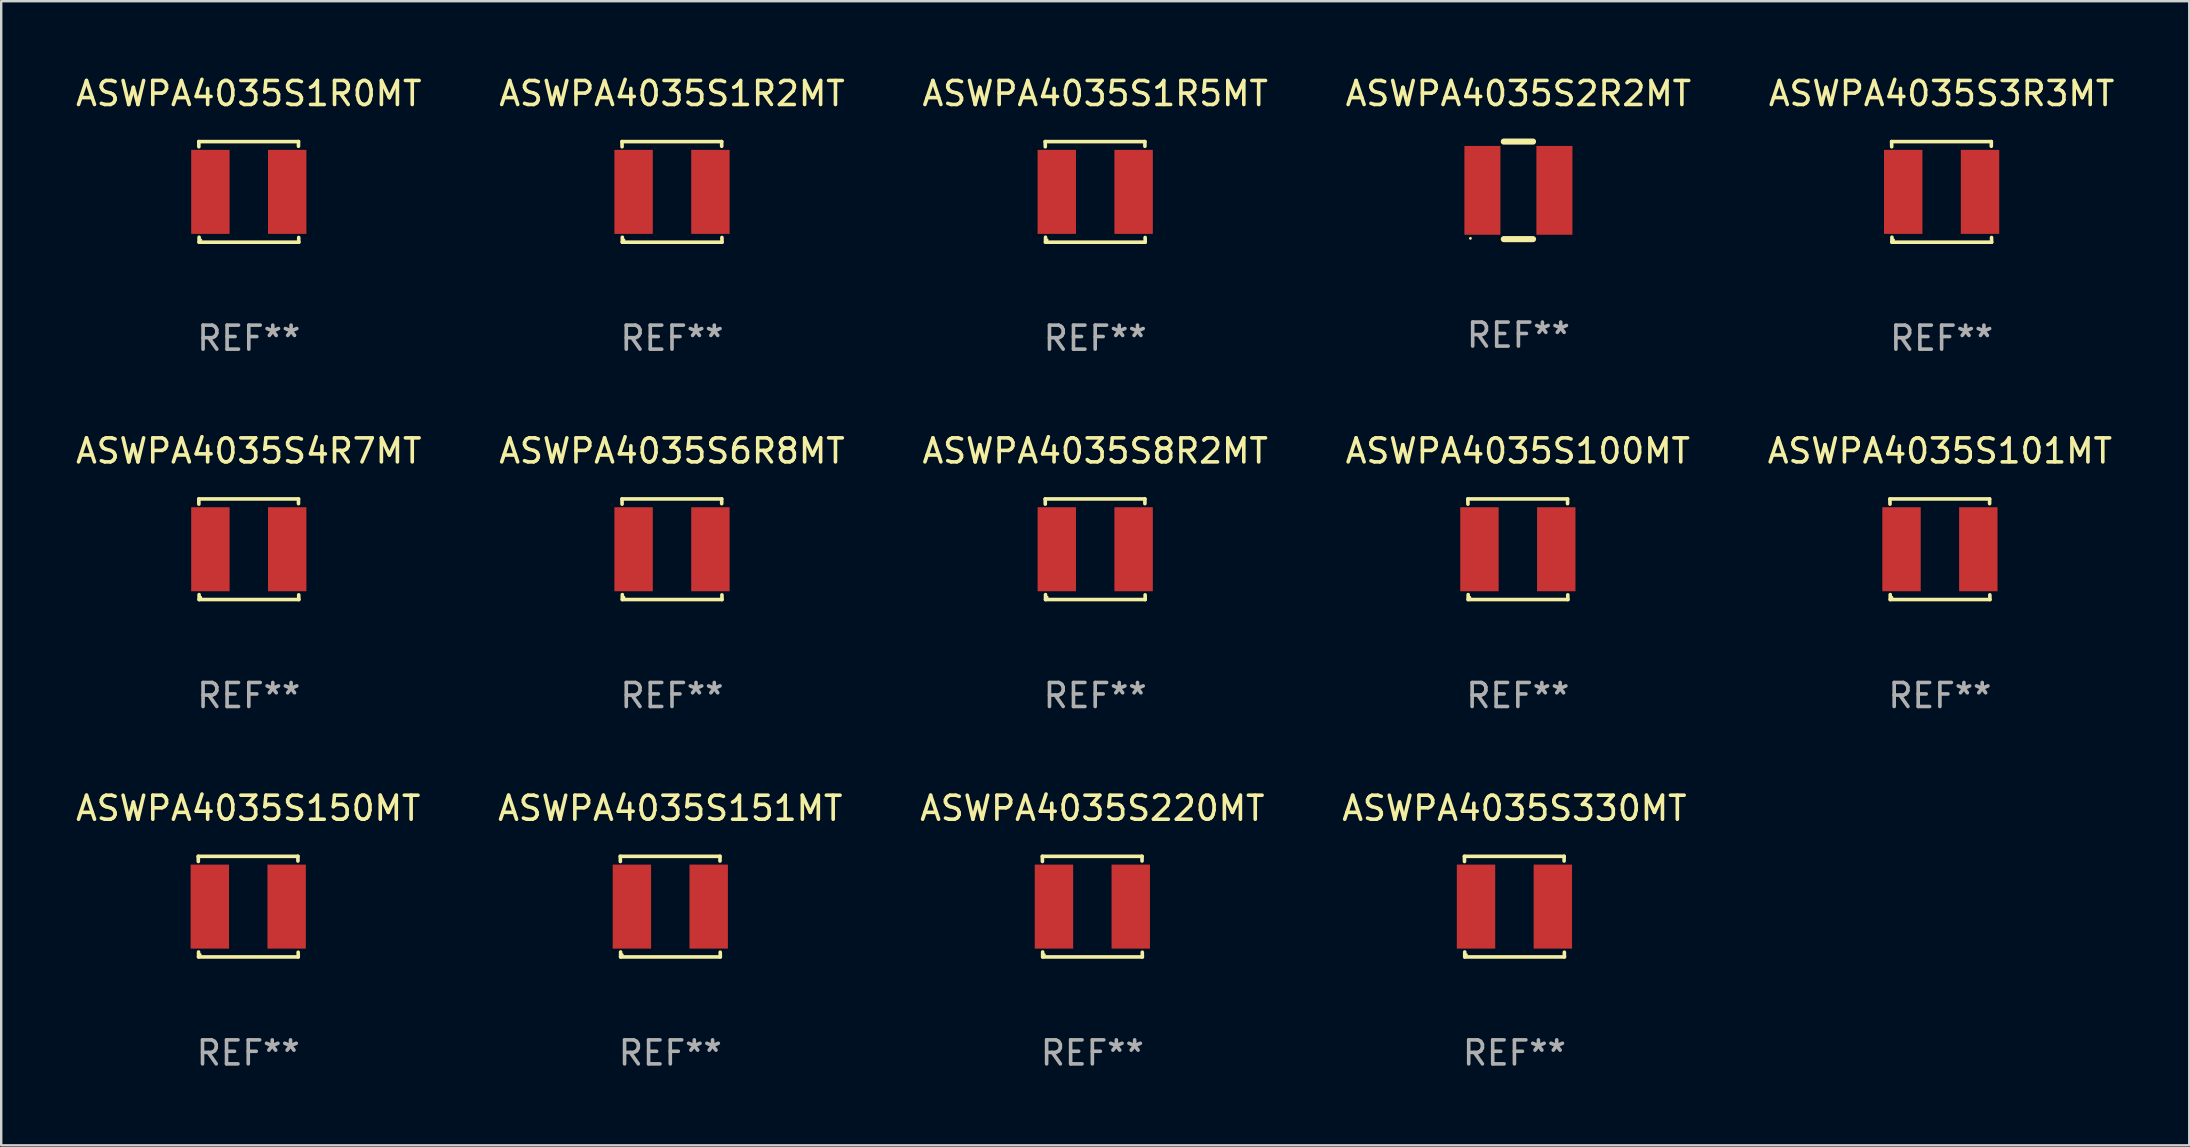
<source format=kicad_pcb>
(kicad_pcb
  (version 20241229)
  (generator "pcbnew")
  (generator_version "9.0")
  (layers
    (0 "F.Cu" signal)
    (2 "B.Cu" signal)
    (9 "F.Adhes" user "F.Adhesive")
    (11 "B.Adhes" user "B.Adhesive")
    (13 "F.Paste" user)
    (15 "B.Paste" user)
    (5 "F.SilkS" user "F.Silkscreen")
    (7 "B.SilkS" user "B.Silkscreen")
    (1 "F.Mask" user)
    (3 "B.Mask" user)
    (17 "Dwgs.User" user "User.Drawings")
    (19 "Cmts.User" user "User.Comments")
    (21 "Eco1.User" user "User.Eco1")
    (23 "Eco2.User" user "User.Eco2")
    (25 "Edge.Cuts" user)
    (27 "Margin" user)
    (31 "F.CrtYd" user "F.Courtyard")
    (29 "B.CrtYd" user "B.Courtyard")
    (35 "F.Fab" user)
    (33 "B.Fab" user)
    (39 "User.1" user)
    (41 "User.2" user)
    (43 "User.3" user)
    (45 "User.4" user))
  (footprint "ASWPA4035S150MT"
    (layer "F.Cu")
    (at 7.292 34.72)
    (property "Reference" "ASWPA4035S150MT" (at 0 -4.096 0) (layer "F.SilkS") (effects (font (size 1 1) (thickness 0.15))))
    (attr through_hole)
    (fp_line (start -2.083 -2.096) (end -2.08 -1.88) (stroke (width 0.15) (type solid)) (layer "F.SilkS"))
    (fp_line (start -2.07 1.89) (end -2.07 2.096) (stroke (width 0.15) (type solid)) (layer "F.SilkS"))
    (fp_line (start -2.07 2.096) (end 2.083 2.096) (stroke (width 0.15) (type solid)) (layer "F.SilkS"))
    (fp_line (start 2.07 -1.9) (end 2.07 -2.096) (stroke (width 0.15) (type solid)) (layer "F.SilkS"))
    (fp_line (start 2.07 -2.096) (end -2.083 -2.096) (stroke (width 0.15) (type solid)) (layer "F.SilkS"))
    (fp_line (start 2.083 2.096) (end 2.08 1.9) (stroke (width 0.15) (type solid)) (layer "F.SilkS"))
    (fp_circle (center -2 2) (end -1.97 2) (stroke (width 0.06) (type solid)) (fill no) (layer "F.SilkS"))
    (fp_text user "REF**" (at 0 6.096 0) (layer "F.Fab") (effects (font (size 1 1) (thickness 0.15))))
    (pad "1" smd rect (at -1.6 -0.000343) (size 1.6 3.5) (layers "F.Cu" "F.Mask" "F.Paste"))
    (pad "2" smd rect (at 1.6 -0.000343) (size 1.6 3.5) (layers "F.Cu" "F.Mask" "F.Paste")))
  (footprint "ASWPA4035S1R5MT"
    (layer "F.Cu")
    (at 42.577 4.944)
    (property "Reference" "ASWPA4035S1R5MT" (at 0 -4.096 0) (layer "F.SilkS") (effects (font (size 1 1) (thickness 0.15))))
    (attr through_hole)
    (fp_line (start -2.083 -2.096) (end -2.08 -1.88) (stroke (width 0.15) (type solid)) (layer "F.SilkS"))
    (fp_line (start -2.07 1.89) (end -2.07 2.096) (stroke (width 0.15) (type solid)) (layer "F.SilkS"))
    (fp_line (start -2.07 2.096) (end 2.083 2.096) (stroke (width 0.15) (type solid)) (layer "F.SilkS"))
    (fp_line (start 2.07 -1.9) (end 2.07 -2.096) (stroke (width 0.15) (type solid)) (layer "F.SilkS"))
    (fp_line (start 2.07 -2.096) (end -2.083 -2.096) (stroke (width 0.15) (type solid)) (layer "F.SilkS"))
    (fp_line (start 2.083 2.096) (end 2.08 1.9) (stroke (width 0.15) (type solid)) (layer "F.SilkS"))
    (fp_circle (center -2 2) (end -1.97 2) (stroke (width 0.06) (type solid)) (fill no) (layer "F.SilkS"))
    (fp_text user "REF**" (at 0 6.096 0) (layer "F.Fab") (effects (font (size 1 1) (thickness 0.15))))
    (pad "1" smd rect (at -1.6 -0.000343) (size 1.6 3.5) (layers "F.Cu" "F.Mask" "F.Paste"))
    (pad "2" smd rect (at 1.6 -0.000343) (size 1.6 3.5) (layers "F.Cu" "F.Mask" "F.Paste")))
  (footprint "ASWPA4035S3R3MT"
    (layer "F.Cu")
    (at 77.839 4.944)
    (property "Reference" "ASWPA4035S3R3MT" (at 0 -4.096 0) (layer "F.SilkS") (effects (font (size 1 1) (thickness 0.15))))
    (attr through_hole)
    (fp_line (start -2.083 -2.096) (end -2.08 -1.88) (stroke (width 0.15) (type solid)) (layer "F.SilkS"))
    (fp_line (start -2.07 1.89) (end -2.07 2.096) (stroke (width 0.15) (type solid)) (layer "F.SilkS"))
    (fp_line (start -2.07 2.096) (end 2.083 2.096) (stroke (width 0.15) (type solid)) (layer "F.SilkS"))
    (fp_line (start 2.07 -1.9) (end 2.07 -2.096) (stroke (width 0.15) (type solid)) (layer "F.SilkS"))
    (fp_line (start 2.07 -2.096) (end -2.083 -2.096) (stroke (width 0.15) (type solid)) (layer "F.SilkS"))
    (fp_line (start 2.083 2.096) (end 2.08 1.9) (stroke (width 0.15) (type solid)) (layer "F.SilkS"))
    (fp_circle (center -2 2) (end -1.97 2) (stroke (width 0.06) (type solid)) (fill no) (layer "F.SilkS"))
    (fp_text user "REF**" (at 0 6.096 0) (layer "F.Fab") (effects (font (size 1 1) (thickness 0.15))))
    (pad "1" smd rect (at -1.6 -0.000343) (size 1.6 3.5) (layers "F.Cu" "F.Mask" "F.Paste"))
    (pad "2" smd rect (at 1.6 -0.000343) (size 1.6 3.5) (layers "F.Cu" "F.Mask" "F.Paste")))
  (footprint "ASWPA4035S6R8MT"
    (layer "F.Cu")
    (at 24.946 19.832)
    (property "Reference" "ASWPA4035S6R8MT" (at 0 -4.096 0) (layer "F.SilkS") (effects (font (size 1 1) (thickness 0.15))))
    (attr through_hole)
    (fp_line (start -2.083 -2.096) (end -2.08 -1.88) (stroke (width 0.15) (type solid)) (layer "F.SilkS"))
    (fp_line (start -2.07 1.89) (end -2.07 2.096) (stroke (width 0.15) (type solid)) (layer "F.SilkS"))
    (fp_line (start -2.07 2.096) (end 2.083 2.096) (stroke (width 0.15) (type solid)) (layer "F.SilkS"))
    (fp_line (start 2.07 -1.9) (end 2.07 -2.096) (stroke (width 0.15) (type solid)) (layer "F.SilkS"))
    (fp_line (start 2.07 -2.096) (end -2.083 -2.096) (stroke (width 0.15) (type solid)) (layer "F.SilkS"))
    (fp_line (start 2.083 2.096) (end 2.08 1.9) (stroke (width 0.15) (type solid)) (layer "F.SilkS"))
    (fp_circle (center -2 2) (end -1.97 2) (stroke (width 0.06) (type solid)) (fill no) (layer "F.SilkS"))
    (fp_text user "REF**" (at 0 6.096 0) (layer "F.Fab") (effects (font (size 1 1) (thickness 0.15))))
    (pad "1" smd rect (at -1.6 -0.000343) (size 1.6 3.5) (layers "F.Cu" "F.Mask" "F.Paste"))
    (pad "2" smd rect (at 1.6 -0.000343) (size 1.6 3.5) (layers "F.Cu" "F.Mask" "F.Paste")))
  (footprint "ASWPA4035S1R0MT"
    (layer "F.Cu")
    (at 7.315 4.944)
    (property "Reference" "ASWPA4035S1R0MT" (at 0 -4.096 0) (layer "F.SilkS") (effects (font (size 1 1) (thickness 0.15))))
    (attr through_hole)
    (fp_line (start -2.083 -2.096) (end -2.08 -1.88) (stroke (width 0.15) (type solid)) (layer "F.SilkS"))
    (fp_line (start -2.07 1.89) (end -2.07 2.096) (stroke (width 0.15) (type solid)) (layer "F.SilkS"))
    (fp_line (start -2.07 2.096) (end 2.083 2.096) (stroke (width 0.15) (type solid)) (layer "F.SilkS"))
    (fp_line (start 2.07 -1.9) (end 2.07 -2.096) (stroke (width 0.15) (type solid)) (layer "F.SilkS"))
    (fp_line (start 2.07 -2.096) (end -2.083 -2.096) (stroke (width 0.15) (type solid)) (layer "F.SilkS"))
    (fp_line (start 2.083 2.096) (end 2.08 1.9) (stroke (width 0.15) (type solid)) (layer "F.SilkS"))
    (fp_circle (center -2 2) (end -1.97 2) (stroke (width 0.06) (type solid)) (fill no) (layer "F.SilkS"))
    (fp_text user "REF**" (at 0 6.096 0) (layer "F.Fab") (effects (font (size 1 1) (thickness 0.15))))
    (pad "1" smd rect (at -1.6 -0.000343) (size 1.6 3.5) (layers "F.Cu" "F.Mask" "F.Paste"))
    (pad "2" smd rect (at 1.6 -0.000343) (size 1.6 3.5) (layers "F.Cu" "F.Mask" "F.Paste")))
  (footprint "ASWPA4035S4R7MT"
    (layer "F.Cu")
    (at 7.315 19.832)
    (property "Reference" "ASWPA4035S4R7MT" (at 0 -4.096 0) (layer "F.SilkS") (effects (font (size 1 1) (thickness 0.15))))
    (attr through_hole)
    (fp_line (start -2.083 -2.096) (end -2.08 -1.88) (stroke (width 0.15) (type solid)) (layer "F.SilkS"))
    (fp_line (start -2.07 1.89) (end -2.07 2.096) (stroke (width 0.15) (type solid)) (layer "F.SilkS"))
    (fp_line (start -2.07 2.096) (end 2.083 2.096) (stroke (width 0.15) (type solid)) (layer "F.SilkS"))
    (fp_line (start 2.07 -1.9) (end 2.07 -2.096) (stroke (width 0.15) (type solid)) (layer "F.SilkS"))
    (fp_line (start 2.07 -2.096) (end -2.083 -2.096) (stroke (width 0.15) (type solid)) (layer "F.SilkS"))
    (fp_line (start 2.083 2.096) (end 2.08 1.9) (stroke (width 0.15) (type solid)) (layer "F.SilkS"))
    (fp_circle (center -2 2) (end -1.97 2) (stroke (width 0.06) (type solid)) (fill no) (layer "F.SilkS"))
    (fp_text user "REF**" (at 0 6.096 0) (layer "F.Fab") (effects (font (size 1 1) (thickness 0.15))))
    (pad "1" smd rect (at -1.6 -0.000343) (size 1.6 3.5) (layers "F.Cu" "F.Mask" "F.Paste"))
    (pad "2" smd rect (at 1.6 -0.000343) (size 1.6 3.5) (layers "F.Cu" "F.Mask" "F.Paste")))
  (footprint "ASWPA4035S330MT"
    (layer "F.Cu")
    (at 60.042 34.72)
    (property "Reference" "ASWPA4035S330MT" (at 0 -4.096 0) (layer "F.SilkS") (effects (font (size 1 1) (thickness 0.15))))
    (attr through_hole)
    (fp_line (start -2.083 -2.096) (end -2.08 -1.88) (stroke (width 0.15) (type solid)) (layer "F.SilkS"))
    (fp_line (start -2.07 1.89) (end -2.07 2.096) (stroke (width 0.15) (type solid)) (layer "F.SilkS"))
    (fp_line (start -2.07 2.096) (end 2.083 2.096) (stroke (width 0.15) (type solid)) (layer "F.SilkS"))
    (fp_line (start 2.07 -1.9) (end 2.07 -2.096) (stroke (width 0.15) (type solid)) (layer "F.SilkS"))
    (fp_line (start 2.07 -2.096) (end -2.083 -2.096) (stroke (width 0.15) (type solid)) (layer "F.SilkS"))
    (fp_line (start 2.083 2.096) (end 2.08 1.9) (stroke (width 0.15) (type solid)) (layer "F.SilkS"))
    (fp_circle (center -2 2) (end -1.97 2) (stroke (width 0.06) (type solid)) (fill no) (layer "F.SilkS"))
    (fp_text user "REF**" (at 0 6.096 0) (layer "F.Fab") (effects (font (size 1 1) (thickness 0.15))))
    (pad "1" smd rect (at -1.6 -0.000343) (size 1.6 3.5) (layers "F.Cu" "F.Mask" "F.Paste"))
    (pad "2" smd rect (at 1.6 -0.000343) (size 1.6 3.5) (layers "F.Cu" "F.Mask" "F.Paste")))
  (footprint "ASWPA4035S101MT"
    (layer "F.Cu")
    (at 77.768 19.832)
    (property "Reference" "ASWPA4035S101MT" (at 0 -4.096 0) (layer "F.SilkS") (effects (font (size 1 1) (thickness 0.15))))
    (attr through_hole)
    (fp_line (start -2.083 -2.096) (end -2.08 -1.88) (stroke (width 0.15) (type solid)) (layer "F.SilkS"))
    (fp_line (start -2.07 1.89) (end -2.07 2.096) (stroke (width 0.15) (type solid)) (layer "F.SilkS"))
    (fp_line (start -2.07 2.096) (end 2.083 2.096) (stroke (width 0.15) (type solid)) (layer "F.SilkS"))
    (fp_line (start 2.07 -1.9) (end 2.07 -2.096) (stroke (width 0.15) (type solid)) (layer "F.SilkS"))
    (fp_line (start 2.07 -2.096) (end -2.083 -2.096) (stroke (width 0.15) (type solid)) (layer "F.SilkS"))
    (fp_line (start 2.083 2.096) (end 2.08 1.9) (stroke (width 0.15) (type solid)) (layer "F.SilkS"))
    (fp_circle (center -2 2) (end -1.97 2) (stroke (width 0.06) (type solid)) (fill no) (layer "F.SilkS"))
    (fp_text user "REF**" (at 0 6.096 0) (layer "F.Fab") (effects (font (size 1 1) (thickness 0.15))))
    (pad "1" smd rect (at -1.6 -0.000343) (size 1.6 3.5) (layers "F.Cu" "F.Mask" "F.Paste"))
    (pad "2" smd rect (at 1.6 -0.000343) (size 1.6 3.5) (layers "F.Cu" "F.Mask" "F.Paste")))
  (footprint "ASWPA4035S100MT"
    (layer "F.Cu")
    (at 60.185 19.832)
    (property "Reference" "ASWPA4035S100MT" (at 0 -4.096 0) (layer "F.SilkS") (effects (font (size 1 1) (thickness 0.15))))
    (attr through_hole)
    (fp_line (start -2.083 -2.096) (end -2.08 -1.88) (stroke (width 0.15) (type solid)) (layer "F.SilkS"))
    (fp_line (start -2.07 1.89) (end -2.07 2.096) (stroke (width 0.15) (type solid)) (layer "F.SilkS"))
    (fp_line (start -2.07 2.096) (end 2.083 2.096) (stroke (width 0.15) (type solid)) (layer "F.SilkS"))
    (fp_line (start 2.07 -1.9) (end 2.07 -2.096) (stroke (width 0.15) (type solid)) (layer "F.SilkS"))
    (fp_line (start 2.07 -2.096) (end -2.083 -2.096) (stroke (width 0.15) (type solid)) (layer "F.SilkS"))
    (fp_line (start 2.083 2.096) (end 2.08 1.9) (stroke (width 0.15) (type solid)) (layer "F.SilkS"))
    (fp_circle (center -2 2) (end -1.97 2) (stroke (width 0.06) (type solid)) (fill no) (layer "F.SilkS"))
    (fp_text user "REF**" (at 0 6.096 0) (layer "F.Fab") (effects (font (size 1 1) (thickness 0.15))))
    (pad "1" smd rect (at -1.6 -0.000343) (size 1.6 3.5) (layers "F.Cu" "F.Mask" "F.Paste"))
    (pad "2" smd rect (at 1.6 -0.000343) (size 1.6 3.5) (layers "F.Cu" "F.Mask" "F.Paste")))
  (footprint "ASWPA4035S2R2MT"
    (layer "F.Cu")
    (at 60.208 4.88)
    (property "Reference" "ASWPA4035S2R2MT" (at 0 -4.032 0) (layer "F.SilkS") (effects (font (size 1 1) (thickness 0.15))))
    (attr through_hole)
    (fp_line (start -0.609 -2.032) (end 0.609 -2.032) (stroke (width 0.254) (type solid)) (layer "F.SilkS"))
    (fp_line (start -0.609 2.032) (end 0.609 2.032) (stroke (width 0.254) (type solid)) (layer "F.SilkS"))
    (fp_circle (center -2 2) (end -1.97 2) (stroke (width 0.06) (type solid)) (fill no) (layer "F.SilkS"))
    (fp_text user "REF**" (at 0 6.032 0) (layer "F.Fab") (effects (font (size 1 1) (thickness 0.15))))
    (pad "1" smd rect (at -1.5 0 90) (size 3.7 1.5) (layers "F.Cu" "F.Mask" "F.Paste"))
    (pad "2" smd rect (at 1.5 0 90) (size 3.7 1.5) (layers "F.Cu" "F.Mask" "F.Paste")))
  (footprint "ASWPA4035S151MT"
    (layer "F.Cu")
    (at 24.875 34.72)
    (property "Reference" "ASWPA4035S151MT" (at 0 -4.096 0) (layer "F.SilkS") (effects (font (size 1 1) (thickness 0.15))))
    (attr through_hole)
    (fp_line (start -2.083 -2.096) (end -2.08 -1.88) (stroke (width 0.15) (type solid)) (layer "F.SilkS"))
    (fp_line (start -2.07 1.89) (end -2.07 2.096) (stroke (width 0.15) (type solid)) (layer "F.SilkS"))
    (fp_line (start -2.07 2.096) (end 2.083 2.096) (stroke (width 0.15) (type solid)) (layer "F.SilkS"))
    (fp_line (start 2.07 -1.9) (end 2.07 -2.096) (stroke (width 0.15) (type solid)) (layer "F.SilkS"))
    (fp_line (start 2.07 -2.096) (end -2.083 -2.096) (stroke (width 0.15) (type solid)) (layer "F.SilkS"))
    (fp_line (start 2.083 2.096) (end 2.08 1.9) (stroke (width 0.15) (type solid)) (layer "F.SilkS"))
    (fp_circle (center -2 2) (end -1.97 2) (stroke (width 0.06) (type solid)) (fill no) (layer "F.SilkS"))
    (fp_text user "REF**" (at 0 6.096 0) (layer "F.Fab") (effects (font (size 1 1) (thickness 0.15))))
    (pad "1" smd rect (at -1.6 -0.000343) (size 1.6 3.5) (layers "F.Cu" "F.Mask" "F.Paste"))
    (pad "2" smd rect (at 1.6 -0.000343) (size 1.6 3.5) (layers "F.Cu" "F.Mask" "F.Paste")))
  (footprint "ASWPA4035S8R2MT"
    (layer "F.Cu")
    (at 42.577 19.832)
    (property "Reference" "ASWPA4035S8R2MT" (at 0 -4.096 0) (layer "F.SilkS") (effects (font (size 1 1) (thickness 0.15))))
    (attr through_hole)
    (fp_line (start -2.083 -2.096) (end -2.08 -1.88) (stroke (width 0.15) (type solid)) (layer "F.SilkS"))
    (fp_line (start -2.07 1.89) (end -2.07 2.096) (stroke (width 0.15) (type solid)) (layer "F.SilkS"))
    (fp_line (start -2.07 2.096) (end 2.083 2.096) (stroke (width 0.15) (type solid)) (layer "F.SilkS"))
    (fp_line (start 2.07 -1.9) (end 2.07 -2.096) (stroke (width 0.15) (type solid)) (layer "F.SilkS"))
    (fp_line (start 2.07 -2.096) (end -2.083 -2.096) (stroke (width 0.15) (type solid)) (layer "F.SilkS"))
    (fp_line (start 2.083 2.096) (end 2.08 1.9) (stroke (width 0.15) (type solid)) (layer "F.SilkS"))
    (fp_circle (center -2 2) (end -1.97 2) (stroke (width 0.06) (type solid)) (fill no) (layer "F.SilkS"))
    (fp_text user "REF**" (at 0 6.096 0) (layer "F.Fab") (effects (font (size 1 1) (thickness 0.15))))
    (pad "1" smd rect (at -1.6 -0.000343) (size 1.6 3.5) (layers "F.Cu" "F.Mask" "F.Paste"))
    (pad "2" smd rect (at 1.6 -0.000343) (size 1.6 3.5) (layers "F.Cu" "F.Mask" "F.Paste")))
  (footprint "ASWPA4035S220MT"
    (layer "F.Cu")
    (at 42.458 34.72)
    (property "Reference" "ASWPA4035S220MT" (at 0 -4.096 0) (layer "F.SilkS") (effects (font (size 1 1) (thickness 0.15))))
    (attr through_hole)
    (fp_line (start -2.083 -2.096) (end -2.08 -1.88) (stroke (width 0.15) (type solid)) (layer "F.SilkS"))
    (fp_line (start -2.07 1.89) (end -2.07 2.096) (stroke (width 0.15) (type solid)) (layer "F.SilkS"))
    (fp_line (start -2.07 2.096) (end 2.083 2.096) (stroke (width 0.15) (type solid)) (layer "F.SilkS"))
    (fp_line (start 2.07 -1.9) (end 2.07 -2.096) (stroke (width 0.15) (type solid)) (layer "F.SilkS"))
    (fp_line (start 2.07 -2.096) (end -2.083 -2.096) (stroke (width 0.15) (type solid)) (layer "F.SilkS"))
    (fp_line (start 2.083 2.096) (end 2.08 1.9) (stroke (width 0.15) (type solid)) (layer "F.SilkS"))
    (fp_circle (center -2 2) (end -1.97 2) (stroke (width 0.06) (type solid)) (fill no) (layer "F.SilkS"))
    (fp_text user "REF**" (at 0 6.096 0) (layer "F.Fab") (effects (font (size 1 1) (thickness 0.15))))
    (pad "1" smd rect (at -1.6 -0.000343) (size 1.6 3.5) (layers "F.Cu" "F.Mask" "F.Paste"))
    (pad "2" smd rect (at 1.6 -0.000343) (size 1.6 3.5) (layers "F.Cu" "F.Mask" "F.Paste")))
  (footprint "ASWPA4035S1R2MT"
    (layer "F.Cu")
    (at 24.946 4.944)
    (property "Reference" "ASWPA4035S1R2MT" (at 0 -4.096 0) (layer "F.SilkS") (effects (font (size 1 1) (thickness 0.15))))
    (attr through_hole)
    (fp_line (start -2.083 -2.096) (end -2.08 -1.88) (stroke (width 0.15) (type solid)) (layer "F.SilkS"))
    (fp_line (start -2.07 1.89) (end -2.07 2.096) (stroke (width 0.15) (type solid)) (layer "F.SilkS"))
    (fp_line (start -2.07 2.096) (end 2.083 2.096) (stroke (width 0.15) (type solid)) (layer "F.SilkS"))
    (fp_line (start 2.07 -1.9) (end 2.07 -2.096) (stroke (width 0.15) (type solid)) (layer "F.SilkS"))
    (fp_line (start 2.07 -2.096) (end -2.083 -2.096) (stroke (width 0.15) (type solid)) (layer "F.SilkS"))
    (fp_line (start 2.083 2.096) (end 2.08 1.9) (stroke (width 0.15) (type solid)) (layer "F.SilkS"))
    (fp_circle (center -2 2) (end -1.97 2) (stroke (width 0.06) (type solid)) (fill no) (layer "F.SilkS"))
    (fp_text user "REF**" (at 0 6.096 0) (layer "F.Fab") (effects (font (size 1 1) (thickness 0.15))))
    (pad "1" smd rect (at -1.6 -0.000343) (size 1.6 3.5) (layers "F.Cu" "F.Mask" "F.Paste"))
    (pad "2" smd rect (at 1.6 -0.000343) (size 1.6 3.5) (layers "F.Cu" "F.Mask" "F.Paste")))
  (gr_rect
    (start -3 -3)
    (end 88.155 44.665)
    (stroke (width 0.1) (type default))
    (fill no)
    (layer "Edge.Cuts")))
</source>
